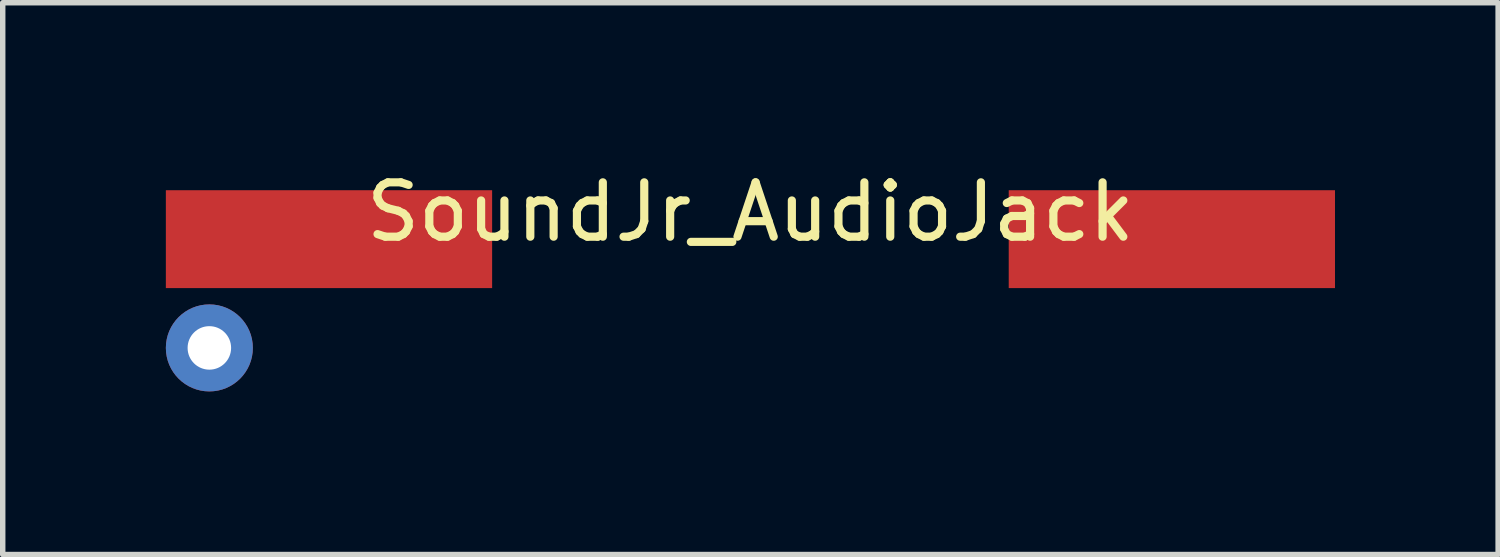
<source format=kicad_pcb>
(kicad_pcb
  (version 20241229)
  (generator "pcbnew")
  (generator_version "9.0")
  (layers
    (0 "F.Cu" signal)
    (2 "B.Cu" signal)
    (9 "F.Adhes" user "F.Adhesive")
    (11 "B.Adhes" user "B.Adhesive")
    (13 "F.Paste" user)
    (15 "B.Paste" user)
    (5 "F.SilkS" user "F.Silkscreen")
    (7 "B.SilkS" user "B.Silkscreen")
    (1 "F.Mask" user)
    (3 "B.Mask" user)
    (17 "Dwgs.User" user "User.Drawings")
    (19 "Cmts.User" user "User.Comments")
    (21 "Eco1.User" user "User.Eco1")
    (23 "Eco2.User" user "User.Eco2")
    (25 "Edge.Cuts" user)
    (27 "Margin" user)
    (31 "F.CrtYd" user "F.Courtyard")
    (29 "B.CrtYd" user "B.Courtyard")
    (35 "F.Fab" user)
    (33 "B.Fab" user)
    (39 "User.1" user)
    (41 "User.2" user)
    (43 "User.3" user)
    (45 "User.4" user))
  (footprint "SoundJr_AudioJack"
    (layer "F.Cu")
    (at 10.75 0.348)
    (property "Reference" "SoundJr_AudioJack" (at 0 0.5 0) (layer "F.SilkS") (effects (font (size 1 1) (thickness 0.15))))
    (attr through_hole)
    (pad "R" smd rect (at -7.75 1) (size 6 1.8) (layers "F.Cu" "F.Mask" "F.Paste"))
    (pad "S" thru_hole circle (at -9.95 3) (size 1.6 1.6) (drill 0.8) (layers "*.Cu" "*.Mask"))
    (pad "T" smd rect (at 7.75 1) (size 6 1.8) (layers "F.Cu" "F.Mask" "F.Paste")))
  (gr_rect
    (start -3 -3)
    (end 24.5 7.148)
    (stroke (width 0.1) (type default))
    (fill no)
    (layer "Edge.Cuts")))
</source>
